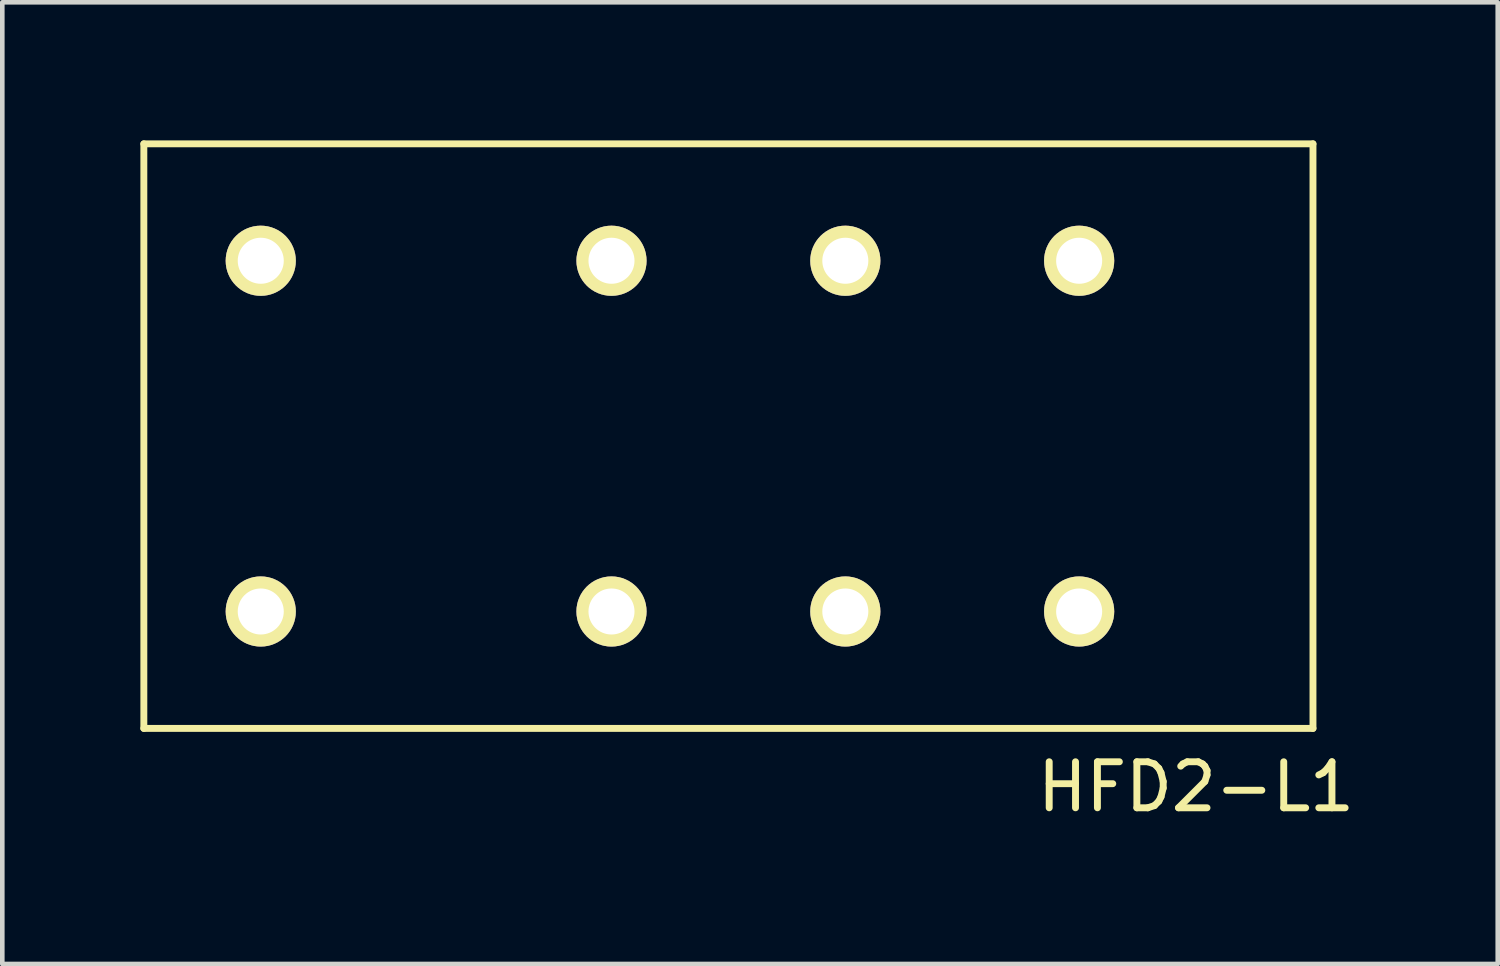
<source format=kicad_pcb>
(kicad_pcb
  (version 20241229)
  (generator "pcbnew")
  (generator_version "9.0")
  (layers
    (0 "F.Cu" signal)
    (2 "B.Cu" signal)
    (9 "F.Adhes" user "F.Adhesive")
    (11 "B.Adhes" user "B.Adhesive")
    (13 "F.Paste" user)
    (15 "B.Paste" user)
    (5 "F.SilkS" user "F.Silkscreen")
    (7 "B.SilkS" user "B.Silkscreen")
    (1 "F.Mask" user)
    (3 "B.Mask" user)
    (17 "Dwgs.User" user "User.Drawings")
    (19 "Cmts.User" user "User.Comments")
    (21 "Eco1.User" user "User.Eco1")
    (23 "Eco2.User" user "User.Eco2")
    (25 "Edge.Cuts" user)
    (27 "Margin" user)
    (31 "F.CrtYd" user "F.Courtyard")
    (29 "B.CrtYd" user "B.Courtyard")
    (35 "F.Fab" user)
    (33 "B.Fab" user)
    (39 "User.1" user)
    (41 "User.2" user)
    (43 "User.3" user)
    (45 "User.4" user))
  (footprint "HFD2-L1"
    (layer "F.Cu")
    (at 12.775 6.425)
    (property "Reference" "HFD2-L1" (at 10.16 7.62 0) (layer "F.SilkS") (effects (font (size 1 1) (thickness 0.15))))
    (attr through_hole)
    (fp_line (start -12.7 -6.35) (end 12.7 -6.35) (stroke (width 0.15) (type solid)) (layer "F.SilkS"))
    (fp_line (start -12.7 6.35) (end -12.7 -6.35) (stroke (width 0.15) (type solid)) (layer "F.SilkS"))
    (fp_line (start 12.7 -6.35) (end 12.7 6.35) (stroke (width 0.15) (type solid)) (layer "F.SilkS"))
    (fp_line (start 12.7 6.35) (end -12.7 6.35) (stroke (width 0.15) (type solid)) (layer "F.SilkS"))
    (pad "1" thru_hole circle (at -10.16 -3.81) (size 1.524 1.524) (drill 1) (layers "*.Cu" "*.Mask" "F.SilkS"))
    (pad "4" thru_hole circle (at -2.54 -3.81) (size 1.524 1.524) (drill 1) (layers "*.Cu" "*.Mask" "F.SilkS"))
    (pad "6" thru_hole circle (at 2.54 -3.81) (size 1.524 1.524) (drill 1) (layers "*.Cu" "*.Mask" "F.SilkS"))
    (pad "8" thru_hole circle (at 7.62 -3.81) (size 1.524 1.524) (drill 1) (layers "*.Cu" "*.Mask" "F.SilkS"))
    (pad "9" thru_hole circle (at 7.62 3.81) (size 1.524 1.524) (drill 1) (layers "*.Cu" "*.Mask" "F.SilkS"))
    (pad "11" thru_hole circle (at 2.54 3.81) (size 1.524 1.524) (drill 1) (layers "*.Cu" "*.Mask" "F.SilkS"))
    (pad "13" thru_hole circle (at -2.54 3.81) (size 1.524 1.524) (drill 1) (layers "*.Cu" "*.Mask" "F.SilkS"))
    (pad "16" thru_hole circle (at -10.16 3.81) (size 1.524 1.524) (drill 1) (layers "*.Cu" "*.Mask" "F.SilkS")))
  (gr_rect
    (start -3 -3)
    (end 29.489 17.893)
    (stroke (width 0.1) (type default))
    (fill no)
    (layer "Edge.Cuts")))
</source>
